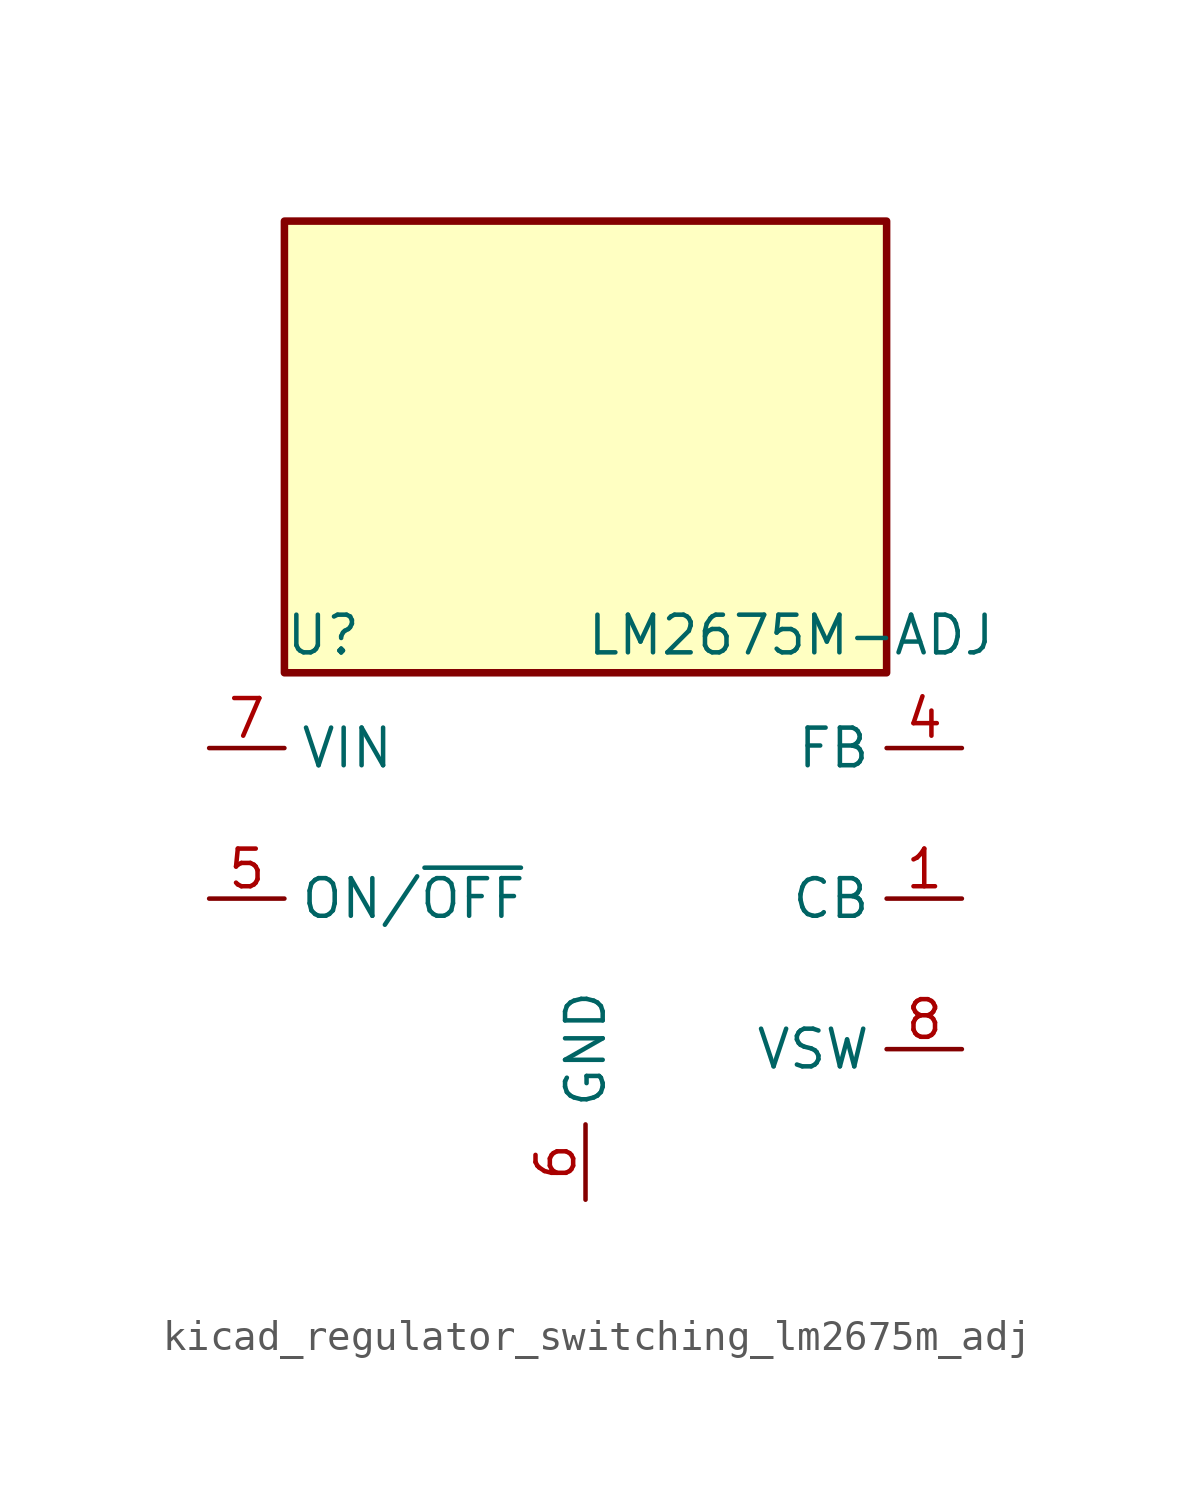
<source format=kicad_sym>
(kicad_symbol_lib
  (version 20220914)
  (generator kicad_symbol_editor)
  (symbol "kicad_regulator_switching_lm2675m_adj"
    (property "Reference" "U"
      (at -10.16 8.89 0)
      (effects (font (size 1.27 1.27)) (justify left)))
    (property "Value" "LM2675M-ADJ"
      (at 0 8.89 0)
      (effects (font (size 1.27 1.27)) (justify left)))
    (symbol "kicad_regulator_switching_lm2675m_adj_0_1"
      (rectangle (start 10.16 22.86) (end -10.16 7.62) (stroke (width 0.254) (type default)) (fill (type background))))
    (symbol "kicad_regulator_switching_lm2675m_adj_1_1"
      (pin input line (at 12.7 0 180) (length 2.54) (name "CB" (effects (font (size 1.27 1.27)))) (number "1" (effects (font (size 1.27 1.27)))))
      (pin no_connect line (at -10.16 -2.54 0) (length 2.54) hide (name "NC" (effects (font (size 1.27 1.27)))) (number "2" (effects (font (size 1.27 1.27)))))
      (pin no_connect line (at -10.16 -5.08 0) (length 2.54) hide (name "NC" (effects (font (size 1.27 1.27)))) (number "3" (effects (font (size 1.27 1.27)))))
      (pin input line (at 12.7 5.08 180) (length 2.54) (name "FB" (effects (font (size 1.27 1.27)))) (number "4" (effects (font (size 1.27 1.27)))))
      (pin input line (at -12.7 0 0) (length 2.54) (name "ON/~{OFF}" (effects (font (size 1.27 1.27)))) (number "5" (effects (font (size 1.27 1.27)))))
      (pin power_in line (at 0 -10.16 90) (length 2.54) (name "GND" (effects (font (size 1.27 1.27)))) (number "6" (effects (font (size 1.27 1.27)))))
      (pin power_in line (at -12.7 5.08 0) (length 2.54) (name "VIN" (effects (font (size 1.27 1.27)))) (number "7" (effects (font (size 1.27 1.27)))))
      (pin output line (at 12.7 -5.08 180) (length 2.54) (name "VSW" (effects (font (size 1.27 1.27)))) (number "8" (effects (font (size 1.27 1.27))))))))
</source>
